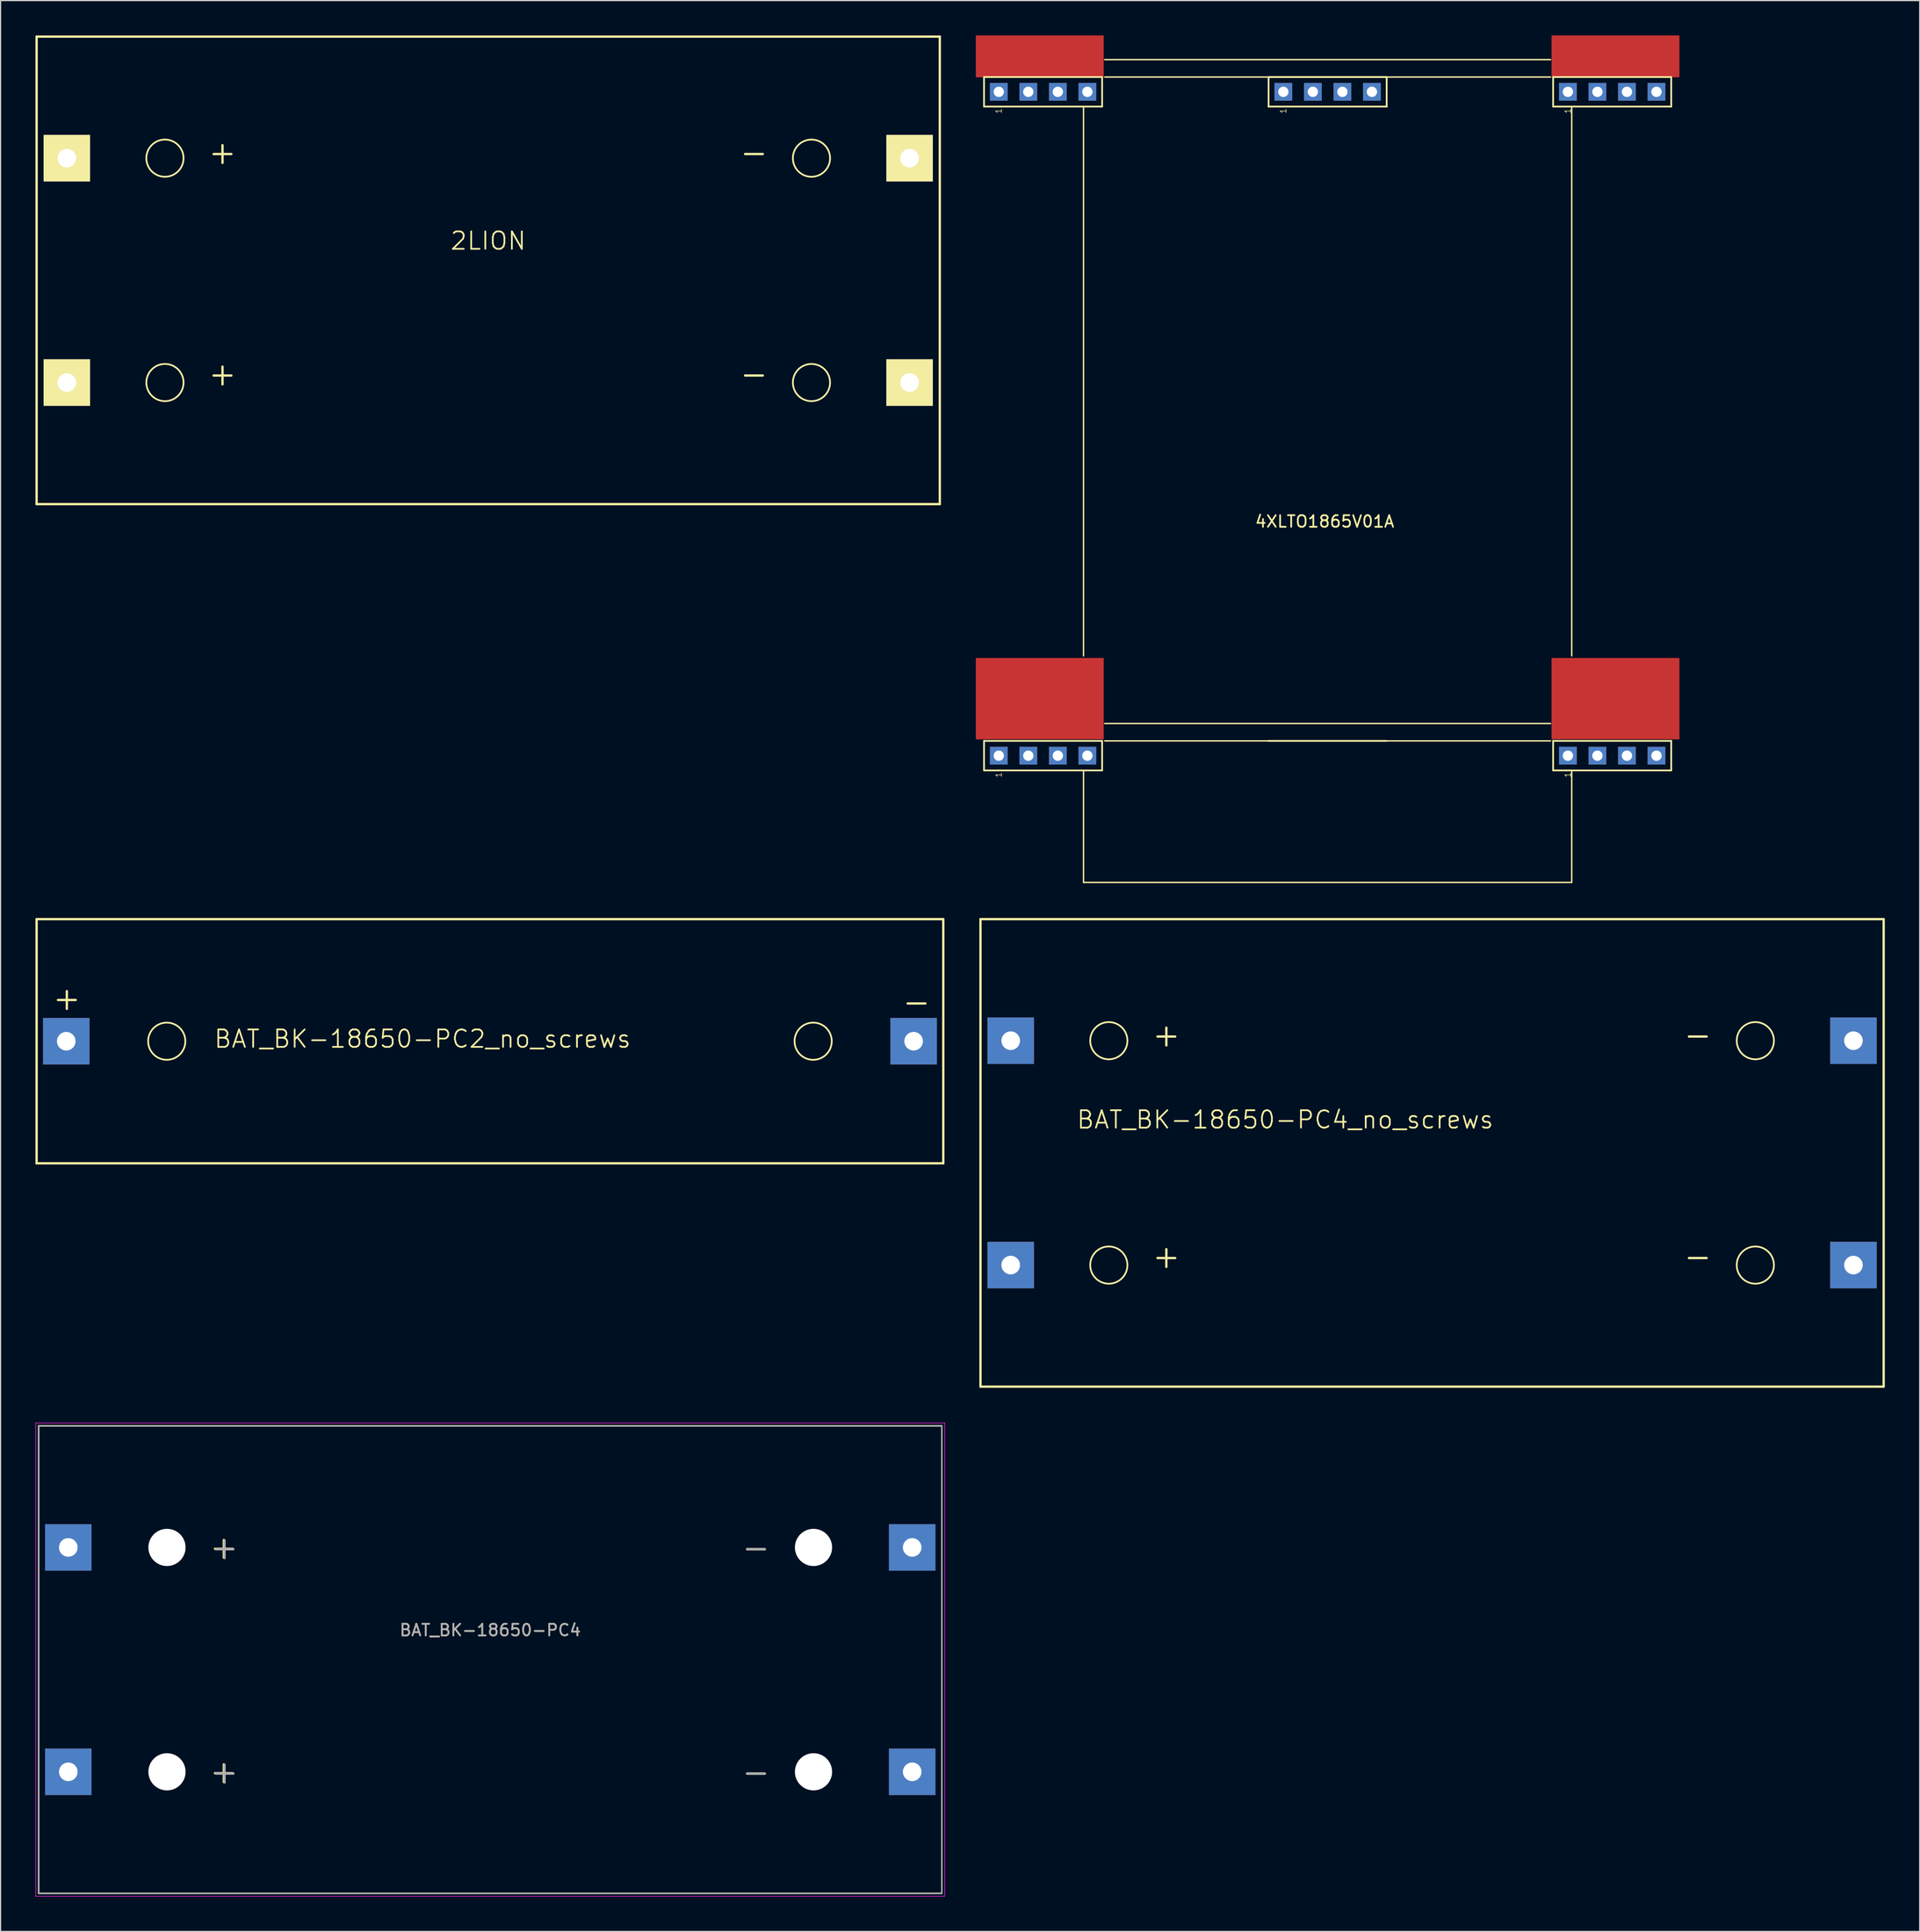
<source format=kicad_pcb>
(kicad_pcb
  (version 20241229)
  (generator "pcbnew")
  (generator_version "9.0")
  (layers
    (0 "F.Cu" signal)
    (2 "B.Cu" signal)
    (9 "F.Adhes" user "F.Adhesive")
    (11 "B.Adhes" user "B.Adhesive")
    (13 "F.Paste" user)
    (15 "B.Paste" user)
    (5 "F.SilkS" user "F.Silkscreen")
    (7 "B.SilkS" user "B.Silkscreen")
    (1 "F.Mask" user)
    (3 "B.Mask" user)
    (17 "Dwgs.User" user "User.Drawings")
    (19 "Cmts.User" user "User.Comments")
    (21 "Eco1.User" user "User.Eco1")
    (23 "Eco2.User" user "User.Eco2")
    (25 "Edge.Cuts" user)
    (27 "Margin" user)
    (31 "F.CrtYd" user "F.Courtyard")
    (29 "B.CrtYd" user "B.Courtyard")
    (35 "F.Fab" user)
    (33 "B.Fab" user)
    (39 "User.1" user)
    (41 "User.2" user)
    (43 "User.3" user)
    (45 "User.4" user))
  (footprint "2LION"
    (layer "F.Cu")
    (at 38.95 20.205)
    (property "Reference" "2LION" (at 0 -2.54 0) (layer "F.SilkS") (effects (font (size 1.5 1.5) (thickness 0.15))))
    (attr through_hole)
    (fp_line (start -38.85 -20.105) (end -38.85 20.105) (stroke (width 0.2) (type solid)) (layer "F.SilkS"))
    (fp_line (start -38.85 20.105) (end 38.85 20.105) (stroke (width 0.2) (type solid)) (layer "F.SilkS"))
    (fp_line (start 38.85 -20.105) (end -38.85 -20.105) (stroke (width 0.2) (type solid)) (layer "F.SilkS"))
    (fp_line (start 38.85 20.105) (end 38.85 -20.105) (stroke (width 0.2) (type solid)) (layer "F.SilkS"))
    (fp_circle (center -27.81 -9.65) (end -27.81 -11.25) (stroke (width 0.15) (type solid)) (fill no) (layer "F.SilkS"))
    (fp_circle (center -27.81 9.65) (end -27.81 11.25) (stroke (width 0.15) (type solid)) (fill no) (layer "F.SilkS"))
    (fp_circle (center 27.81 -9.65) (end 27.81 -11.25) (stroke (width 0.15) (type solid)) (fill no) (layer "F.SilkS"))
    (fp_circle (center 27.81 9.65) (end 27.81 11.25) (stroke (width 0.15) (type solid)) (fill no) (layer "F.SilkS"))
    (fp_text user "+" (at -22.86 -10.16 0) (layer "F.SilkS") (effects (font (size 2 2) (thickness 0.2))))
    (fp_text user "-" (at 22.86 8.89 0) (layer "F.SilkS") (effects (font (size 2 2) (thickness 0.2))))
    (fp_text user "-" (at 22.86 -10.16 0) (layer "F.SilkS") (effects (font (size 2 2) (thickness 0.2))))
    (fp_text user "+" (at -22.86 8.89 0) (layer "F.SilkS") (effects (font (size 2 2) (thickness 0.2))))
    (pad "1" thru_hole rect (at -36.25 -9.65) (size 4 4) (drill 1.6) (layers "*.Cu" "*.Mask" "F.SilkS"))
    (pad "2" thru_hole rect (at 36.25 -9.65) (size 4 4) (drill 1.6) (layers "*.Cu" "*.Mask" "F.SilkS"))
    (pad "3" thru_hole rect (at -36.25 9.65) (size 4 4) (drill 1.6) (layers "*.Cu" "*.Mask" "F.SilkS"))
    (pad "4" thru_hole rect (at 36.25 9.65) (size 4 4) (drill 1.6) (layers "*.Cu" "*.Mask" "F.SilkS")))
  (footprint "BAT_BK-18650-PC2_no_screws"
    (layer "F.Cu")
    (at 35.9 87.308)
    (property "Reference" "BAT_BK-18650-PC2_no_screws" (at -2.6 -1 0) (layer "F.SilkS") (effects (font (size 1.5 1.5) (thickness 0.15))))
    (attr through_hole)
    (fp_line (start -35.8 -11.3) (end -35.8 9.7) (stroke (width 0.2) (type solid)) (layer "F.SilkS"))
    (fp_line (start -35.8 9.7) (end 42.2 9.7) (stroke (width 0.2) (type solid)) (layer "F.SilkS"))
    (fp_line (start 42.2 -11.3) (end -35.8 -11.3) (stroke (width 0.2) (type solid)) (layer "F.SilkS"))
    (fp_line (start 42.2 9.7) (end 42.2 -11.3) (stroke (width 0.2) (type solid)) (layer "F.SilkS"))
    (fp_circle (center -24.605 -0.8) (end -23.005 -0.8) (stroke (width 0.15) (type solid)) (fill no) (layer "F.SilkS"))
    (fp_circle (center 31.005 -0.8) (end 32.605 -0.8) (stroke (width 0.15) (type solid)) (fill no) (layer "F.SilkS"))
    (fp_text user "+" (at -33.2 -4.5 0) (layer "F.SilkS") (effects (font (size 2 2) (thickness 0.2))))
    (fp_text user "-" (at 39.9 -4.2 0) (layer "F.SilkS") (effects (font (size 2 2) (thickness 0.2))))
    (pad "1" thru_hole rect (at -33.25 -0.8) (size 4 4) (drill 1.6) (layers "*.Cu" "*.Mask"))
    (pad "2" thru_hole rect (at 39.65 -0.8) (size 4 4) (drill 1.6) (layers "*.Cu" "*.Mask")))
  (footprint "BAT_BK-18650-PC4_no_screws"
    (layer "F.Cu")
    (at 120.15 96.113)
    (property "Reference" "BAT_BK-18650-PC4_no_screws" (at -12.636 -2.857 0) (layer "F.SilkS") (effects (font (size 1.5 1.5) (thickness 0.15))))
    (attr through_hole)
    (fp_line (start -38.85 -20.105) (end -38.85 20.105) (stroke (width 0.2) (type solid)) (layer "F.SilkS"))
    (fp_line (start -38.85 20.105) (end 38.85 20.105) (stroke (width 0.2) (type solid)) (layer "F.SilkS"))
    (fp_line (start 38.85 -20.105) (end -38.85 -20.105) (stroke (width 0.2) (type solid)) (layer "F.SilkS"))
    (fp_line (start 38.85 20.105) (end 38.85 -20.105) (stroke (width 0.2) (type solid)) (layer "F.SilkS"))
    (fp_circle (center -27.81 -9.65) (end -27.81 -11.25) (stroke (width 0.15) (type solid)) (fill no) (layer "F.SilkS"))
    (fp_circle (center -27.81 9.65) (end -27.81 11.25) (stroke (width 0.15) (type solid)) (fill no) (layer "F.SilkS"))
    (fp_circle (center 27.81 -9.65) (end 27.81 -11.25) (stroke (width 0.15) (type solid)) (fill no) (layer "F.SilkS"))
    (fp_circle (center 27.81 9.65) (end 27.81 11.25) (stroke (width 0.15) (type solid)) (fill no) (layer "F.SilkS"))
    (fp_text user "+" (at -22.86 -10.16 0) (layer "F.SilkS") (effects (font (size 2 2) (thickness 0.2))))
    (fp_text user "-" (at 22.86 -10.16 0) (layer "F.SilkS") (effects (font (size 2 2) (thickness 0.2))))
    (fp_text user "-" (at 22.86 8.89 0) (layer "F.SilkS") (effects (font (size 2 2) (thickness 0.2))))
    (fp_text user "+" (at -22.86 8.89 0) (layer "F.SilkS") (effects (font (size 2 2) (thickness 0.2))))
    (pad "1" thru_hole rect (at -36.25 -9.65) (size 4 4) (drill 1.6) (layers "*.Cu" "*.Mask"))
    (pad "2" thru_hole rect (at 36.25 -9.65) (size 4 4) (drill 1.6) (layers "*.Cu" "*.Mask"))
    (pad "3" thru_hole rect (at -36.25 9.65) (size 4 4) (drill 1.6) (layers "*.Cu" "*.Mask"))
    (pad "4" thru_hole rect (at 36.25 9.65) (size 4 4) (drill 1.6) (layers "*.Cu" "*.Mask")))
  (footprint "4XLTO1865V01A"
    (layer "F.Cu")
    (at 111.165 4.848)
    (property "Reference" "4XLTO1865V01A" (at -0.254 36.957 0) (layer "F.SilkS") (effects (font (size 1 1) (thickness 0.15))))
    (attr through_hole)
    (fp_line (start -29.56 -1.27) (end -19.4 -1.27) (stroke (width 0.15) (type solid)) (layer "F.SilkS"))
    (fp_line (start -29.56 1.27) (end -29.56 -1.27) (stroke (width 0.15) (type solid)) (layer "F.SilkS"))
    (fp_line (start -29.56 55.83) (end -19.4 55.83) (stroke (width 0.15) (type solid)) (layer "F.SilkS"))
    (fp_line (start -29.56 58.37) (end -29.56 55.83) (stroke (width 0.15) (type solid)) (layer "F.SilkS"))
    (fp_line (start -21 48.514) (end -21 1.27) (stroke (width 0.12) (type solid)) (layer "F.SilkS"))
    (fp_line (start -21 58.37) (end -21 68) (stroke (width 0.12) (type solid)) (layer "F.SilkS"))
    (fp_line (start -21 68) (end 21 68) (stroke (width 0.12) (type solid)) (layer "F.SilkS"))
    (fp_line (start -19.4 -1.27) (end -19.4 1.27) (stroke (width 0.15) (type solid)) (layer "F.SilkS"))
    (fp_line (start -19.4 1.27) (end -29.56 1.27) (stroke (width 0.15) (type solid)) (layer "F.SilkS"))
    (fp_line (start -19.4 55.83) (end -19.4 58.37) (stroke (width 0.15) (type solid)) (layer "F.SilkS"))
    (fp_line (start -19.4 58.37) (end -29.56 58.37) (stroke (width 0.15) (type solid)) (layer "F.SilkS"))
    (fp_line (start -19.177 -2.77) (end 19.177 -2.77) (stroke (width 0.12) (type solid)) (layer "F.SilkS"))
    (fp_line (start -19.177 -1.27) (end 19.177 -1.27) (stroke (width 0.12) (type solid)) (layer "F.SilkS"))
    (fp_line (start -19.177 54.33) (end 19.177 54.33) (stroke (width 0.12) (type solid)) (layer "F.SilkS"))
    (fp_line (start -19.177 55.83) (end 19.177 55.83) (stroke (width 0.12) (type solid)) (layer "F.SilkS"))
    (fp_line (start -5.08 -1.27) (end 5.08 -1.27) (stroke (width 0.15) (type solid)) (layer "F.SilkS"))
    (fp_line (start -5.08 1.27) (end -5.08 -1.27) (stroke (width 0.15) (type solid)) (layer "F.SilkS"))
    (fp_line (start -5.08 55.83) (end 5.08 55.83) (stroke (width 0.15) (type solid)) (layer "F.SilkS"))
    (fp_line (start 5.08 -1.27) (end 5.08 1.27) (stroke (width 0.15) (type solid)) (layer "F.SilkS"))
    (fp_line (start 5.08 1.27) (end -5.08 1.27) (stroke (width 0.15) (type solid)) (layer "F.SilkS"))
    (fp_line (start 19.4 -1.27) (end 29.56 -1.27) (stroke (width 0.15) (type solid)) (layer "F.SilkS"))
    (fp_line (start 19.4 1.27) (end 19.4 -1.27) (stroke (width 0.15) (type solid)) (layer "F.SilkS"))
    (fp_line (start 19.4 55.83) (end 29.56 55.83) (stroke (width 0.15) (type solid)) (layer "F.SilkS"))
    (fp_line (start 19.4 58.37) (end 19.4 55.83) (stroke (width 0.15) (type solid)) (layer "F.SilkS"))
    (fp_line (start 21 48.514) (end 21 1.27) (stroke (width 0.12) (type solid)) (layer "F.SilkS"))
    (fp_line (start 21 58.37) (end 21 68) (stroke (width 0.12) (type solid)) (layer "F.SilkS"))
    (fp_line (start 29.56 -1.27) (end 29.56 1.27) (stroke (width 0.15) (type solid)) (layer "F.SilkS"))
    (fp_line (start 29.56 1.27) (end 19.4 1.27) (stroke (width 0.15) (type solid)) (layer "F.SilkS"))
    (fp_line (start 29.56 55.83) (end 29.56 58.37) (stroke (width 0.15) (type solid)) (layer "F.SilkS"))
    (fp_line (start 29.56 58.37) (end 19.4 58.37) (stroke (width 0.15) (type solid)) (layer "F.SilkS"))
    (fp_text user "1" (at -28.29 1.651 90) (layer "F.SilkS") (effects (font (size 0.5 0.5) (thickness 0.05))))
    (fp_text user "1" (at 20.67 58.751 90) (layer "F.SilkS") (effects (font (size 0.5 0.5) (thickness 0.05))))
    (fp_text user "1" (at -28.29 58.751 90) (layer "F.SilkS") (effects (font (size 0.5 0.5) (thickness 0.05))))
    (fp_text user "1" (at -3.81 1.651 90) (layer "F.SilkS") (effects (font (size 0.5 0.5) (thickness 0.05))))
    (fp_text user "1" (at 20.67 1.651 90) (layer "F.SilkS") (effects (font (size 0.5 0.5) (thickness 0.05))))
    (pad "1" thru_hole rect (at -1.27 0 90) (size 1.524 1.524) (drill 0.889) (layers "*.Cu" "*.Mask"))
    (pad "1" thru_hole rect (at 1.27 0 90) (size 1.524 1.524) (drill 0.889) (layers "*.Cu" "*.Mask"))
    (pad "2" thru_hole rect (at -3.81 0 90) (size 1.524 1.524) (drill 0.889) (layers "*.Cu" "*.Mask"))
    (pad "2" thru_hole rect (at 3.81 0 90) (size 1.524 1.524) (drill 0.889) (layers "*.Cu" "*.Mask"))
    (pad "3" thru_hole rect (at -28.29 0 90) (size 1.524 1.524) (drill 0.889) (layers "*.Cu" "*.Mask"))
    (pad "3" thru_hole rect (at -28.29 57.1 90) (size 1.524 1.524) (drill 0.889) (layers "*.Cu" "*.Mask"))
    (pad "3" thru_hole rect (at -25.75 0 90) (size 1.524 1.524) (drill 0.889) (layers "*.Cu" "*.Mask"))
    (pad "3" thru_hole rect (at -25.75 57.1 90) (size 1.524 1.524) (drill 0.889) (layers "*.Cu" "*.Mask"))
    (pad "3" smd rect (at -24.765 -3.048) (size 11 3.6) (layers "F.Cu" "F.Mask" "F.Paste"))
    (pad "3" smd rect (at -24.765 52.197) (size 11 7) (layers "F.Cu" "F.Mask" "F.Paste"))
    (pad "3" thru_hole rect (at -23.21 0 90) (size 1.524 1.524) (drill 0.889) (layers "*.Cu" "*.Mask"))
    (pad "3" thru_hole rect (at -23.21 57.1 90) (size 1.524 1.524) (drill 0.889) (layers "*.Cu" "*.Mask"))
    (pad "3" thru_hole rect (at -20.67 0 90) (size 1.524 1.524) (drill 0.889) (layers "*.Cu" "*.Mask"))
    (pad "3" thru_hole rect (at -20.67 57.1 90) (size 1.524 1.524) (drill 0.889) (layers "*.Cu" "*.Mask"))
    (pad "3" thru_hole rect (at 20.67 0 90) (size 1.524 1.524) (drill 0.889) (layers "*.Cu" "*.Mask"))
    (pad "3" thru_hole rect (at 20.67 57.1 90) (size 1.524 1.524) (drill 0.889) (layers "*.Cu" "*.Mask"))
    (pad "3" thru_hole rect (at 23.21 0 90) (size 1.524 1.524) (drill 0.889) (layers "*.Cu" "*.Mask"))
    (pad "3" thru_hole rect (at 23.21 57.1 90) (size 1.524 1.524) (drill 0.889) (layers "*.Cu" "*.Mask"))
    (pad "3" smd rect (at 24.765 -3.048) (size 11 3.6) (layers "F.Cu" "F.Mask" "F.Paste"))
    (pad "3" smd rect (at 24.765 52.197) (size 11 7) (layers "F.Cu" "F.Mask" "F.Paste"))
    (pad "3" thru_hole rect (at 25.75 0 90) (size 1.524 1.524) (drill 0.889) (layers "*.Cu" "*.Mask"))
    (pad "3" thru_hole rect (at 25.75 57.1 90) (size 1.524 1.524) (drill 0.889) (layers "*.Cu" "*.Mask"))
    (pad "3" thru_hole rect (at 28.29 0 90) (size 1.524 1.524) (drill 0.889) (layers "*.Cu" "*.Mask"))
    (pad "3" thru_hole rect (at 28.29 57.1 90) (size 1.524 1.524) (drill 0.889) (layers "*.Cu" "*.Mask")))
  (footprint "BAT_BK-18650-PC4"
    (layer "F.Cu")
    (at 39.125 139.698)
    (property "Reference" "BAT_BK-18650-PC4" (at 0 -2.54 0) (layer "F.SilkS") (effects (font (size 1 1) (thickness 0.15))))
    (attr through_hole)
    (fp_line (start -38.85 -20.105) (end 38.85 -20.105) (stroke (width 0.127) (type solid)) (layer "F.SilkS"))
    (fp_line (start -38.85 20.105) (end -38.85 -20.105) (stroke (width 0.127) (type solid)) (layer "F.SilkS"))
    (fp_line (start 38.85 -20.105) (end 38.85 20.105) (stroke (width 0.127) (type solid)) (layer "F.SilkS"))
    (fp_line (start 38.85 20.105) (end -38.85 20.105) (stroke (width 0.127) (type solid)) (layer "F.SilkS"))
    (fp_line (start -39.1 -20.355) (end 39.1 -20.355) (stroke (width 0.05) (type solid)) (layer "F.CrtYd"))
    (fp_line (start -39.1 20.355) (end -39.1 -20.355) (stroke (width 0.05) (type solid)) (layer "F.CrtYd"))
    (fp_line (start 39.1 -20.355) (end 39.1 20.355) (stroke (width 0.05) (type solid)) (layer "F.CrtYd"))
    (fp_line (start 39.1 20.355) (end -39.1 20.355) (stroke (width 0.05) (type solid)) (layer "F.CrtYd"))
    (fp_line (start -38.85 -20.105) (end 38.85 -20.105) (stroke (width 0.127) (type solid)) (layer "F.Fab"))
    (fp_line (start -38.85 20.105) (end -38.85 -20.105) (stroke (width 0.127) (type solid)) (layer "F.Fab"))
    (fp_line (start 38.85 -20.105) (end 38.85 20.105) (stroke (width 0.127) (type solid)) (layer "F.Fab"))
    (fp_line (start 38.85 20.105) (end -38.85 20.105) (stroke (width 0.127) (type solid)) (layer "F.Fab"))
    (fp_text user "-" (at 22.86 -9.65 0) (unlocked yes) (layer "F.SilkS") (effects (font (size 2 2) (thickness 0.2))))
    (fp_text user "-" (at 22.86 9.65 0) (unlocked yes) (layer "F.SilkS") (effects (font (size 2 2) (thickness 0.2))))
    (fp_text user "+" (at -22.92 -9.684 0) (unlocked yes) (layer "F.SilkS") (effects (font (size 2 2) (thickness 0.2))))
    (fp_text user "+" (at -22.92 9.616 0) (unlocked yes) (layer "F.SilkS") (effects (font (size 2 2) (thickness 0.2))))
    (fp_text user "+" (at -22.86 -9.65 0) (unlocked yes) (layer "F.Fab") (effects (font (size 2 2) (thickness 0.2))))
    (fp_text user "-" (at 22.86 9.65 0) (unlocked yes) (layer "F.Fab") (effects (font (size 2 2) (thickness 0.2))))
    (fp_text user "${REFERENCE}" (at 0 -2.54 0) (layer "F.Fab") (effects (font (size 1 1) (thickness 0.15))))
    (fp_text user "+" (at -22.86 9.65 0) (unlocked yes) (layer "F.Fab") (effects (font (size 2 2) (thickness 0.2))))
    (fp_text user "-" (at 22.86 -9.65 0) (unlocked yes) (layer "F.Fab") (effects (font (size 2 2) (thickness 0.2))))
    (pad "" np_thru_hole circle (at -27.81 -9.65) (size 3.2 3.2) (drill 3.2) (layers "*.Cu" "*.Mask"))
    (pad "" np_thru_hole circle (at -27.81 9.65) (size 3.2 3.2) (drill 3.2) (layers "*.Cu" "*.Mask"))
    (pad "" np_thru_hole circle (at 27.81 -9.65) (size 3.2 3.2) (drill 3.2) (layers "*.Cu" "*.Mask"))
    (pad "" np_thru_hole circle (at 27.81 9.65) (size 3.2 3.2) (drill 3.2) (layers "*.Cu" "*.Mask"))
    (pad "1+" thru_hole rect (at -36.3 -9.65) (size 4 4) (drill 1.6) (layers "*.Cu" "*.Mask"))
    (pad "1-" thru_hole rect (at 36.3 -9.65) (size 4 4) (drill 1.6) (layers "*.Cu" "*.Mask"))
    (pad "2+" thru_hole rect (at -36.3 9.65) (size 4 4) (drill 1.6) (layers "*.Cu" "*.Mask"))
    (pad "2-" thru_hole rect (at 36.3 9.65) (size 4 4) (drill 1.6) (layers "*.Cu" "*.Mask")))
  (gr_rect
    (start -3 -3)
    (end 162.1 163.078)
    (stroke (width 0.1) (type default))
    (fill no)
    (layer "Edge.Cuts")))
</source>
